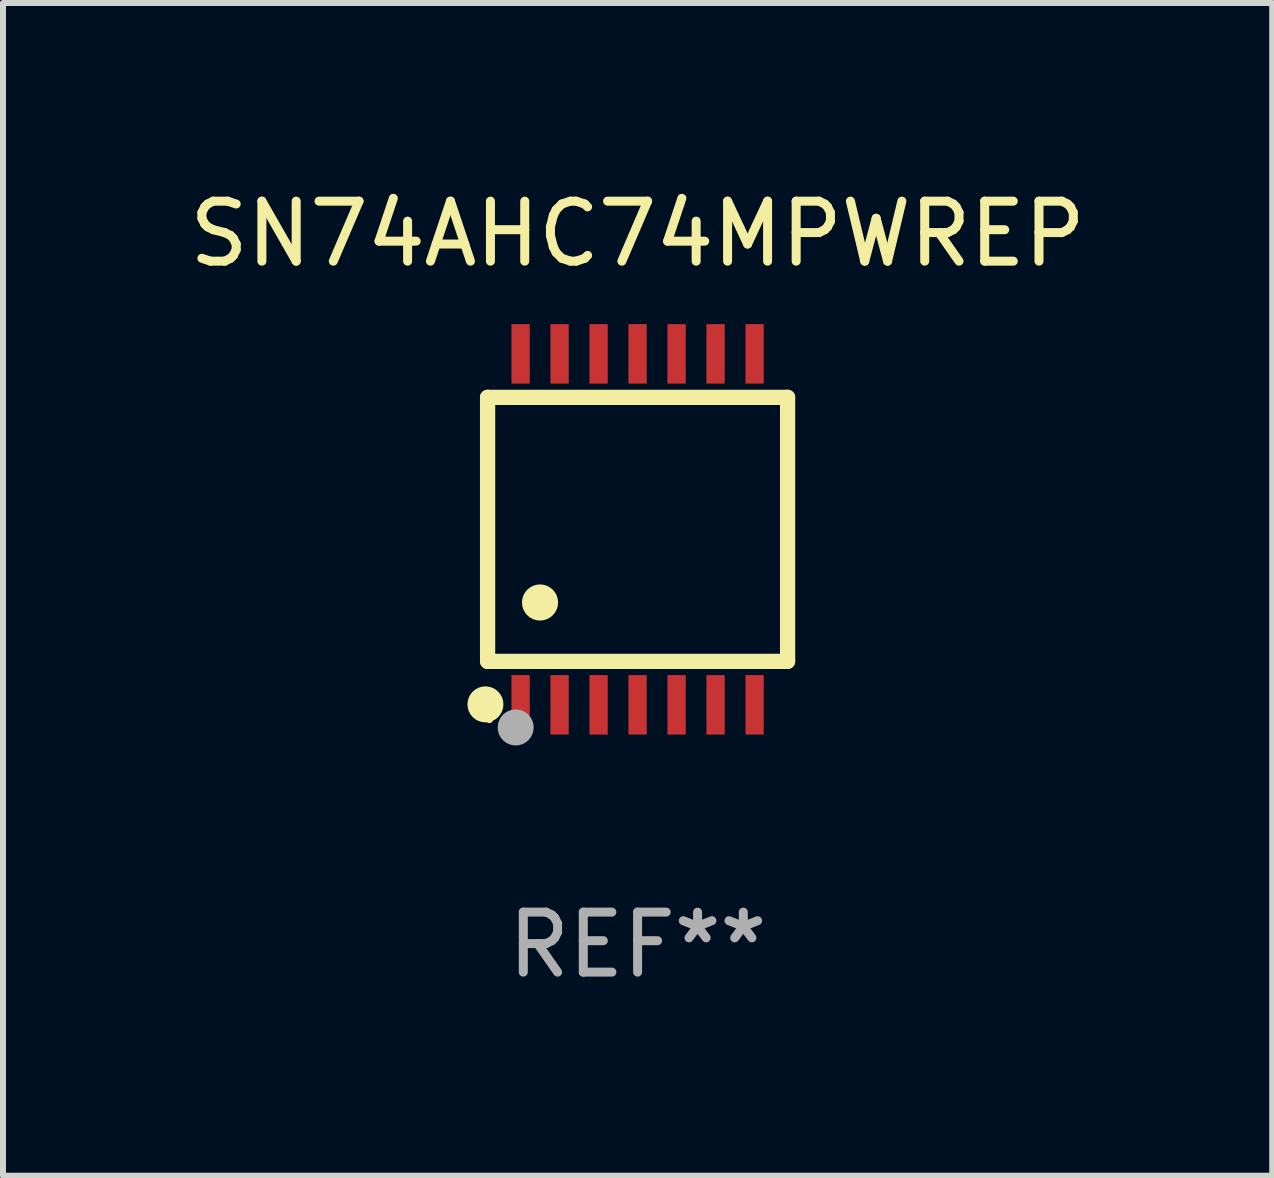
<source format=kicad_pcb>
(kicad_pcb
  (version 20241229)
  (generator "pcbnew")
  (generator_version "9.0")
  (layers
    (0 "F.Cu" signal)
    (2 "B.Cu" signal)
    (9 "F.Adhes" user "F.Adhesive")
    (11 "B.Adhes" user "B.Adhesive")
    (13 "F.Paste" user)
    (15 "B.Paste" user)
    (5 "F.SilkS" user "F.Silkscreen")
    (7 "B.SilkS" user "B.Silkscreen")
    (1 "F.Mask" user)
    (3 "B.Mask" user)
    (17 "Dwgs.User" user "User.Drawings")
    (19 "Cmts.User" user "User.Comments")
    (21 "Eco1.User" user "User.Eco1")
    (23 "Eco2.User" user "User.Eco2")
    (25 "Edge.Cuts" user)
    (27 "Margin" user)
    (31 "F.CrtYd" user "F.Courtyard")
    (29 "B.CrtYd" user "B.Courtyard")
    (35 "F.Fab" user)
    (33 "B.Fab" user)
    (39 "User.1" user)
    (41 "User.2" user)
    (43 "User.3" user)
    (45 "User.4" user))
  (footprint "SN74AHC74MPWREP"
    (layer "F.Cu")
    (at 7.577 5.773)
    (property "Reference" "SN74AHC74MPWREP" (at 0 -4.925 0) (layer "F.SilkS") (effects (font (size 1 1) (thickness 0.15))))
    (attr through_hole)
    (fp_line (start -2.5 2.2) (end -2.5 -2.2) (stroke (width 0.254) (type solid)) (layer "F.SilkS"))
    (fp_line (start -2.5 2.2) (end 2.5 2.2) (stroke (width 0.254) (type solid)) (layer "F.SilkS"))
    (fp_line (start 2.5 -2.2) (end -2.5 -2.2) (stroke (width 0.254) (type solid)) (layer "F.SilkS"))
    (fp_line (start 2.5 -2.2) (end 2.5 2.2) (stroke (width 0.254) (type solid)) (layer "F.SilkS"))
    (fp_circle (center -2.536 2.917) (end -2.386 2.917) (stroke (width 0.3) (type solid)) (fill no) (layer "F.SilkS"))
    (fp_circle (center -2.47 3.17) (end -2.44 3.17) (stroke (width 0.06) (type solid)) (fill no) (layer "F.SilkS"))
    (fp_circle (center -1.626 1.219) (end -1.475 1.219) (stroke (width 0.3) (type solid)) (fill no) (layer "F.SilkS"))
    (fp_circle (center -2.032 3.302) (end -1.882 3.302) (stroke (width 0.3) (type solid)) (fill no) (layer "F.Fab"))
    (fp_text user "REF**" (at 0 6.925 0) (layer "F.Fab") (effects (font (size 1 1) (thickness 0.15))))
    (pad "1" smd rect (at -1.95 2.925) (size 0.305 0.991) (layers "F.Cu" "F.Mask" "F.Paste"))
    (pad "2" smd rect (at -1.3 2.925) (size 0.305 0.991) (layers "F.Cu" "F.Mask" "F.Paste"))
    (pad "3" smd rect (at -0.65 2.925) (size 0.305 0.991) (layers "F.Cu" "F.Mask" "F.Paste"))
    (pad "4" smd rect (at 0 2.925) (size 0.305 0.991) (layers "F.Cu" "F.Mask" "F.Paste"))
    (pad "5" smd rect (at 0.65 2.925) (size 0.305 0.991) (layers "F.Cu" "F.Mask" "F.Paste"))
    (pad "6" smd rect (at 1.3 2.925) (size 0.305 0.991) (layers "F.Cu" "F.Mask" "F.Paste"))
    (pad "7" smd rect (at 1.95 2.925) (size 0.305 0.991) (layers "F.Cu" "F.Mask" "F.Paste"))
    (pad "8" smd rect (at 1.95 -2.925) (size 0.305 0.991) (layers "F.Cu" "F.Mask" "F.Paste"))
    (pad "9" smd rect (at 1.3 -2.925) (size 0.305 0.991) (layers "F.Cu" "F.Mask" "F.Paste"))
    (pad "10" smd rect (at 0.65 -2.925) (size 0.305 0.991) (layers "F.Cu" "F.Mask" "F.Paste"))
    (pad "11" smd rect (at 0 -2.925) (size 0.305 0.991) (layers "F.Cu" "F.Mask" "F.Paste"))
    (pad "12" smd rect (at -0.65 -2.925) (size 0.305 0.991) (layers "F.Cu" "F.Mask" "F.Paste"))
    (pad "13" smd rect (at -1.3 -2.925) (size 0.305 0.991) (layers "F.Cu" "F.Mask" "F.Paste"))
    (pad "14" smd rect (at -1.95 -2.925) (size 0.305 0.991) (layers "F.Cu" "F.Mask" "F.Paste")))
  (gr_rect
    (start -3 -3)
    (end 18.155 16.547)
    (stroke (width 0.1) (type default))
    (fill no)
    (layer "Edge.Cuts")))
</source>
